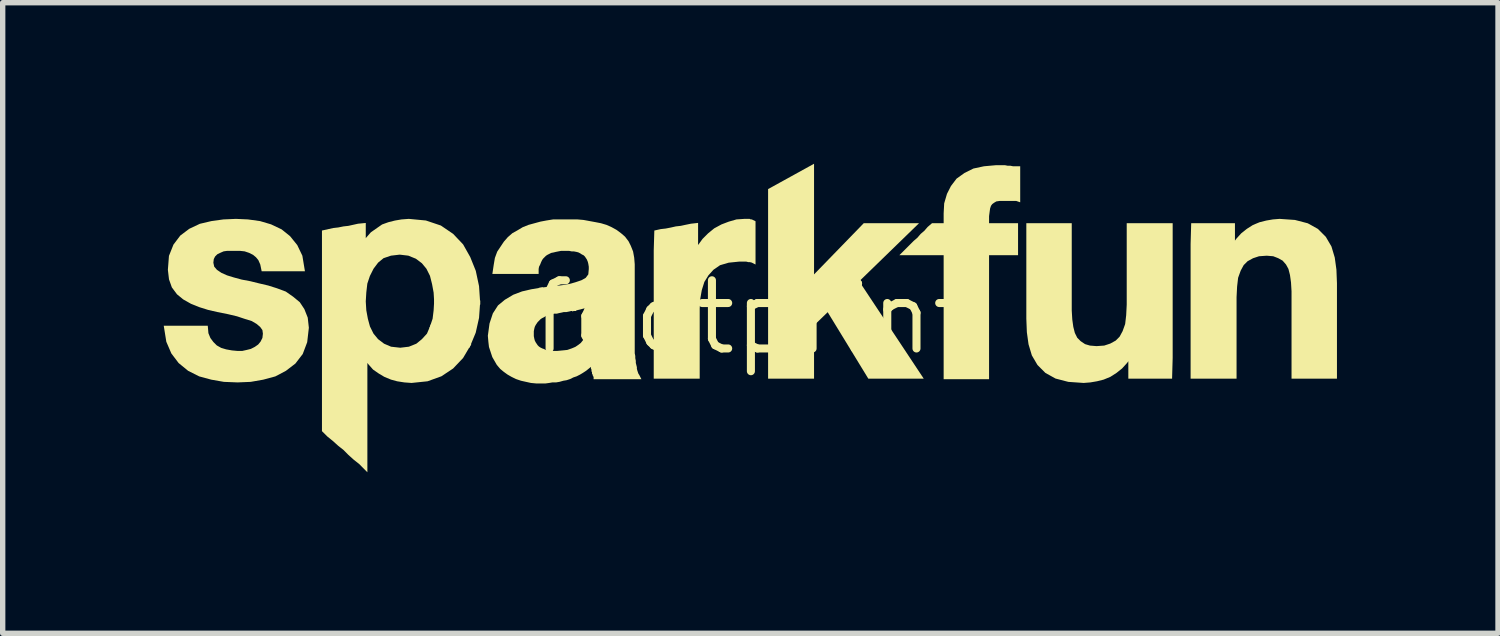
<source format=kicad_pcb>
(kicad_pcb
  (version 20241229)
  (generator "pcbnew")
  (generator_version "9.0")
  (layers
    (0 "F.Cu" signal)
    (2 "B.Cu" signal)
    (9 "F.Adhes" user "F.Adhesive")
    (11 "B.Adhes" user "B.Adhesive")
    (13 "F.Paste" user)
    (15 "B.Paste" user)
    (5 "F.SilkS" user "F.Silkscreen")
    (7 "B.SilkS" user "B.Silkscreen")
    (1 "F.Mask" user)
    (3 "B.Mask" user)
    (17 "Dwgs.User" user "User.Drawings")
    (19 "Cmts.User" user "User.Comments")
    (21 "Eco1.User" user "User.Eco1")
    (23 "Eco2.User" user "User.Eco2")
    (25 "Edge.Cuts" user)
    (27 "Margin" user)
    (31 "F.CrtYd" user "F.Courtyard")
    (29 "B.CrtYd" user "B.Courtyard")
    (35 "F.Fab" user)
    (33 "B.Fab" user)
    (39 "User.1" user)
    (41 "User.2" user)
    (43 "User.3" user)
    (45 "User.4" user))
  (footprint "footprint"
    (layer "F.Cu")
    (at 10.967 2.861)
    (property "Reference" "footprint" (at 0 0 0) (layer "F.SilkS") (effects (font (size 1.27 1.27) (thickness 0.15))))
    (fp_poly (pts (xy -5.071 -0.313) (xy -5.094 0.01) (xy -5.156 0.286) (xy -5.272 0.566) (xy -6.019 0.204) (xy -5.959 0.026) (xy -5.94 -0.129) (xy -5.928 -0.335)) (stroke (width 0) (type solid)) (fill yes) (layer "F.SilkS"))
    (fp_poly (pts (xy 1.146 -0.8) (xy 2.072 -1.754) (xy 3.102 -1.754) (xy 1.987 -0.671) (xy 3.189 1.142) (xy 2.157 1.142) (xy 1.4 -0.096) (xy 1.146 0.15) (xy 1.146 1.142) (xy 0.29 1.142) (xy 0.29 -2.389) (xy 1.146 -2.861)) (stroke (width 0) (type solid)) (fill yes) (layer "F.SilkS"))
    (fp_poly (pts (xy -3.284 -0.118) (xy -3.377 -0.118) (xy -3.414 -0.109) (xy -3.468 -0.098) (xy -3.517 -0.098) (xy -3.554 -0.089) (xy -3.604 -0.079) (xy -3.647 -0.068) (xy -3.697 -0.068) (xy -3.734 -0.059) (xy -3.818 -0.042) (xy -3.983 -0.549) (xy -3.756 -0.574) (xy -3.587 -0.594) (xy -3.403 -0.618)) (stroke (width 0) (type solid)) (fill yes) (layer "F.SilkS"))
    (fp_poly (pts (xy -0.033 -1.824) (xy -0.013 -1.824) (xy 0.056 -1.79) (xy 0.056 -0.984) (xy -0.015 -1.02) (xy -0.047 -1.028) (xy -0.077 -1.028) (xy -0.117 -1.038) (xy -0.25 -1.038) (xy -0.445 -1.018) (xy -0.605 -0.971) (xy -0.727 -0.887) (xy -0.821 -0.783) (xy -0.897 -0.66) (xy -0.945 -0.507) (xy -0.974 -0.342) (xy -0.984 -0.165) (xy -0.984 1.142) (xy -1.84 1.142) (xy -1.84 -1.247) (xy -1.829 -1.617) (xy -1.708 -1.644) (xy -1.618 -1.654) (xy -1.52 -1.673) (xy -1.428 -1.694) (xy -1.338 -1.704) (xy -1.25 -1.723) (xy -1.148 -1.744) (xy -1.014 -1.759) (xy -1.014 -1.347) (xy -0.931 -1.461) (xy -0.828 -1.564) (xy -0.713 -1.658) (xy -0.578 -1.731) (xy -0.444 -1.782) (xy -0.299 -1.824) (xy -0.153 -1.834) (xy -0.053 -1.834)) (stroke (width 0) (type solid)) (fill yes) (layer "F.SilkS"))
    (fp_poly (pts (xy 4.752 -2.824) (xy 4.802 -2.824) (xy 4.852 -2.814) (xy 4.986 -2.814) (xy 4.986 -2.143) (xy 4.912 -2.168) (xy 4.601 -2.168) (xy 4.541 -2.159) (xy 4.499 -2.134) (xy 4.465 -2.109) (xy 4.442 -2.078) (xy 4.425 -2.027) (xy 4.416 -1.961) (xy 4.406 -1.884) (xy 4.406 -1.754) (xy 4.946 -1.754) (xy 4.946 -1.158) (xy 4.406 -1.158) (xy 4.406 1.152) (xy 3.56 1.152) (xy 3.56 -1.158) (xy 2.736 -1.158) (xy 3.002 -1.424) (xy 3.071 -1.483) (xy 3.131 -1.553) (xy 3.201 -1.613) (xy 3.261 -1.683) (xy 3.344 -1.754) (xy 3.56 -1.754) (xy 3.56 -1.937) (xy 3.57 -2.123) (xy 3.622 -2.3) (xy 3.696 -2.446) (xy 3.801 -2.584) (xy 3.948 -2.689) (xy 4.115 -2.772) (xy 4.312 -2.814) (xy 4.536 -2.834) (xy 4.702 -2.834)) (stroke (width 0) (type solid)) (fill yes) (layer "F.SilkS"))
    (fp_poly (pts (xy 5.946 -0.127) (xy 5.956 0.04) (xy 5.975 0.177) (xy 6.004 0.291) (xy 6.049 0.381) (xy 6.112 0.444) (xy 6.194 0.499) (xy 6.285 0.526) (xy 6.408 0.536) (xy 6.551 0.526) (xy 6.663 0.489) (xy 6.765 0.433) (xy 6.837 0.361) (xy 6.893 0.258) (xy 6.941 0.125) (xy 6.96 -0.039) (xy 6.97 -0.237) (xy 6.97 -1.754) (xy 7.826 -1.754) (xy 7.826 0.755) (xy 7.815 1.142) (xy 7 1.142) (xy 7 0.817) (xy 6.978 0.848) (xy 6.884 0.952) (xy 6.78 1.035) (xy 6.666 1.108) (xy 6.54 1.16) (xy 6.416 1.191) (xy 6.293 1.212) (xy 6.168 1.222) (xy 5.882 1.202) (xy 5.644 1.14) (xy 5.455 1.035) (xy 5.308 0.888) (xy 5.203 0.709) (xy 5.141 0.502) (xy 5.11 0.277) (xy 5.1 0.025) (xy 5.1 -1.754) (xy 5.946 -1.754)) (stroke (width 0) (type solid)) (fill yes) (layer "F.SilkS"))
    (fp_poly (pts (xy 10.104 -1.814) (xy 10.342 -1.752) (xy 10.531 -1.647) (xy 10.678 -1.5) (xy 10.783 -1.321) (xy 10.845 -1.114) (xy 10.876 -0.889) (xy 10.886 -0.637) (xy 10.886 1.142) (xy 10.04 1.142) (xy 10.04 -0.485) (xy 10.03 -0.652) (xy 10.011 -0.789) (xy 9.982 -0.902) (xy 9.937 -0.984) (xy 9.874 -1.056) (xy 9.792 -1.102) (xy 9.699 -1.138) (xy 9.578 -1.148) (xy 9.435 -1.138) (xy 9.323 -1.101) (xy 9.221 -1.045) (xy 9.149 -0.973) (xy 9.093 -0.87) (xy 9.045 -0.737) (xy 9.026 -0.573) (xy 9.016 -0.375) (xy 9.016 1.142) (xy 8.16 1.142) (xy 8.16 -1.367) (xy 8.171 -1.754) (xy 8.986 -1.754) (xy 8.986 -1.429) (xy 9.008 -1.46) (xy 9.102 -1.564) (xy 9.206 -1.647) (xy 9.32 -1.72) (xy 9.446 -1.772) (xy 9.57 -1.803) (xy 9.693 -1.824) (xy 9.818 -1.834)) (stroke (width 0) (type solid)) (fill yes) (layer "F.SilkS"))
    (fp_poly (pts (xy -6.084 -1.804) (xy -5.805 -1.71) (xy -5.577 -1.555) (xy -5.391 -1.359) (xy -5.258 -1.123) (xy -5.155 -0.867) (xy -5.094 -0.581) (xy -5.071 -0.237) (xy -5.928 -0.259) (xy -5.94 -0.461) (xy -5.969 -0.618) (xy -6.008 -0.773) (xy -6.074 -0.905) (xy -6.159 -1.008) (xy -6.271 -1.092) (xy -6.411 -1.149) (xy -6.572 -1.168) (xy -6.734 -1.149) (xy -6.873 -1.102) (xy -6.974 -1.019) (xy -7.059 -0.906) (xy -7.127 -0.771) (xy -7.175 -0.628) (xy -7.194 -0.463) (xy -7.204 -0.296) (xy -7.194 -0.131) (xy -7.165 0.026) (xy -7.126 0.17) (xy -7.06 0.303) (xy -6.975 0.406) (xy -6.863 0.491) (xy -6.732 0.547) (xy -6.562 0.566) (xy -6.401 0.547) (xy -6.262 0.491) (xy -6.158 0.406) (xy -6.064 0.303) (xy -5.991 0.132) (xy -5.238 0.498) (xy -5.391 0.757) (xy -5.577 0.953) (xy -5.795 1.098) (xy -6.053 1.191) (xy -6.351 1.222) (xy -6.486 1.212) (xy -6.62 1.191) (xy -6.734 1.16) (xy -6.859 1.108) (xy -6.963 1.046) (xy -7.068 0.973) (xy -7.151 0.879) (xy -7.174 0.85) (xy -7.174 2.886) (xy -7.327 2.732) (xy -7.427 2.653) (xy -7.528 2.562) (xy -7.617 2.472) (xy -7.717 2.393) (xy -7.817 2.303) (xy -7.917 2.222) (xy -8.02 2.12) (xy -8.02 -1.617) (xy -7.808 -1.664) (xy -7.718 -1.674) (xy -7.618 -1.694) (xy -7.528 -1.704) (xy -7.348 -1.744) (xy -7.204 -1.758) (xy -7.204 -1.473) (xy -7.192 -1.49) (xy -7.108 -1.585) (xy -6.9 -1.73) (xy -6.783 -1.772) (xy -6.66 -1.803) (xy -6.537 -1.824) (xy -6.402 -1.834)) (stroke (width 0) (type solid)) (fill yes) (layer "F.SilkS"))
    (fp_poly (pts (xy -9.399 -1.824) (xy -9.174 -1.793) (xy -8.968 -1.732) (xy -8.772 -1.639) (xy -8.615 -1.513) (xy -8.48 -1.346) (xy -8.385 -1.148) (xy -8.337 -0.858) (xy -9.143 -0.858) (xy -9.169 -0.984) (xy -9.205 -1.066) (xy -9.249 -1.119) (xy -9.303 -1.164) (xy -9.377 -1.201) (xy -9.46 -1.229) (xy -9.544 -1.238) (xy -9.789 -1.238) (xy -9.852 -1.229) (xy -9.916 -1.201) (xy -9.969 -1.175) (xy -10.011 -1.133) (xy -10.035 -1.085) (xy -10.043 -1.018) (xy -10.027 -0.944) (xy -9.976 -0.885) (xy -9.893 -0.829) (xy -9.788 -0.782) (xy -9.661 -0.743) (xy -9.514 -0.703) (xy -9.354 -0.673) (xy -9.193 -0.633) (xy -9.022 -0.593) (xy -8.86 -0.542) (xy -8.694 -0.48) (xy -8.559 -0.386) (xy -8.433 -0.282) (xy -8.348 -0.154) (xy -8.285 0.005) (xy -8.264 0.194) (xy -8.295 0.463) (xy -8.378 0.683) (xy -8.515 0.861) (xy -8.691 0.996) (xy -8.888 1.1) (xy -9.114 1.161) (xy -9.348 1.202) (xy -9.592 1.212) (xy -9.846 1.202) (xy -10.08 1.161) (xy -10.306 1.1) (xy -10.513 0.996) (xy -10.69 0.851) (xy -10.825 0.673) (xy -10.919 0.455) (xy -10.967 0.156) (xy -10.147 0.156) (xy -10.135 0.295) (xy -10.098 0.385) (xy -10.043 0.459) (xy -9.979 0.523) (xy -9.897 0.569) (xy -9.803 0.597) (xy -9.697 0.616) (xy -9.59 0.626) (xy -9.506 0.626) (xy -9.421 0.607) (xy -9.345 0.588) (xy -9.272 0.551) (xy -9.208 0.506) (xy -9.164 0.453) (xy -9.129 0.383) (xy -9.12 0.304) (xy -9.129 0.238) (xy -9.17 0.18) (xy -9.234 0.125) (xy -9.328 0.069) (xy -9.454 0.03) (xy -9.602 -0.019) (xy -9.77 -0.059) (xy -9.97 -0.099) (xy -10.142 -0.139) (xy -10.305 -0.19) (xy -10.459 -0.252) (xy -10.604 -0.334) (xy -10.72 -0.429) (xy -10.816 -0.558) (xy -10.869 -0.707) (xy -10.89 -0.885) (xy -10.87 -1.145) (xy -10.786 -1.355) (xy -10.659 -1.523) (xy -10.492 -1.649) (xy -10.295 -1.742) (xy -10.079 -1.793) (xy -9.855 -1.824) (xy -9.622 -1.834)) (stroke (width 0) (type solid)) (fill yes) (layer "F.SilkS"))
    (fp_poly (pts (xy -3.147 -1.814) (xy -2.925 -1.773) (xy -2.823 -1.753) (xy -2.719 -1.722) (xy -2.625 -1.68) (xy -2.531 -1.628) (xy -2.448 -1.566) (xy -2.374 -1.502) (xy -2.309 -1.416) (xy -2.267 -1.332) (xy -2.225 -1.227) (xy -2.204 -1.111) (xy -2.194 -0.988) (xy -2.194 0.67) (xy -2.184 0.72) (xy -2.184 0.76) (xy -2.174 0.81) (xy -2.174 0.849) (xy -2.154 0.929) (xy -2.154 0.959) (xy -2.145 0.993) (xy -2.127 1.047) (xy -2.109 1.075) (xy -2.07 1.152) (xy -2.96 1.152) (xy -2.96 1.11) (xy -2.963 1.107) (xy -2.98 1.073) (xy -2.98 1.06) (xy -2.99 1.05) (xy -2.99 1.023) (xy -3 1.003) (xy -3 0.973) (xy -3.01 0.953) (xy -3.01 0.923) (xy -3.099 0.995) (xy -3.162 1.036) (xy -3.214 1.067) (xy -3.277 1.099) (xy -3.337 1.119) (xy -3.397 1.149) (xy -3.463 1.171) (xy -3.524 1.181) (xy -3.594 1.201) (xy -3.659 1.212) (xy -3.729 1.212) (xy -3.786 1.222) (xy -3.859 1.232) (xy -4.024 1.232) (xy -4.128 1.222) (xy -4.312 1.181) (xy -4.407 1.149) (xy -4.49 1.108) (xy -4.563 1.066) (xy -4.635 1.014) (xy -4.699 0.961) (xy -4.763 0.886) (xy -4.847 0.74) (xy -4.909 0.552) (xy -4.92 0.458) (xy -4.93 0.343) (xy -4.899 0.115) (xy -4.837 -0.073) (xy -4.741 -0.222) (xy -4.614 -0.327) (xy -4.459 -0.42) (xy -4.293 -0.483) (xy -4.12 -0.523) (xy -3.906 -0.559) (xy -3.743 -0.049) (xy -3.856 -0.021) (xy -3.883 -0.003) (xy -3.923 0.017) (xy -3.948 0.034) (xy -4.002 0.088) (xy -4.039 0.143) (xy -4.056 0.177) (xy -4.065 0.212) (xy -4.074 0.258) (xy -4.074 0.35) (xy -4.065 0.396) (xy -4.056 0.431) (xy -4.039 0.465) (xy -4.002 0.52) (xy -3.978 0.544) (xy -3.953 0.561) (xy -3.917 0.579) (xy -3.887 0.589) (xy -3.849 0.608) (xy -3.817 0.616) (xy -3.767 0.616) (xy -3.727 0.626) (xy -3.644 0.626) (xy -3.536 0.616) (xy -3.45 0.607) (xy -3.366 0.578) (xy -3.3 0.55) (xy -3.245 0.513) (xy -3.199 0.477) (xy -3.125 0.385) (xy -3.108 0.341) (xy -3.088 0.281) (xy -3.069 0.234) (xy -3.059 0.177) (xy -3.05 0.13) (xy -3.05 -0.2) (xy -3.086 -0.191) (xy -3.116 -0.171) (xy -3.36 -0.11) (xy -3.478 -0.603) (xy -3.303 -0.652) (xy -3.187 -0.691) (xy -3.108 -0.735) (xy -3.059 -0.8) (xy -3.05 -0.898) (xy -3.05 -0.943) (xy -3.059 -0.998) (xy -3.068 -1.034) (xy -3.086 -1.078) (xy -3.122 -1.132) (xy -3.145 -1.155) (xy -3.181 -1.173) (xy -3.211 -1.193) (xy -3.245 -1.21) (xy -3.28 -1.219) (xy -3.326 -1.228) (xy -3.366 -1.228) (xy -3.416 -1.238) (xy -3.568 -1.238) (xy -3.664 -1.219) (xy -3.704 -1.209) (xy -3.75 -1.2) (xy -3.823 -1.163) (xy -3.848 -1.146) (xy -3.902 -1.092) (xy -3.919 -1.067) (xy -3.937 -1.03) (xy -3.957 -0.98) (xy -3.976 -0.944) (xy -3.984 -0.902) (xy -3.984 -0.808) (xy -4.846 -0.808) (xy -4.82 -0.982) (xy -4.799 -1.106) (xy -4.756 -1.223) (xy -4.632 -1.409) (xy -4.559 -1.493) (xy -4.474 -1.567) (xy -4.381 -1.619) (xy -4.279 -1.68) (xy -4.174 -1.722) (xy -3.95 -1.783) (xy -3.839 -1.804) (xy -3.715 -1.824) (xy -3.26 -1.824)) (stroke (width 0) (type solid)) (fill yes) (layer "F.SilkS")))
  (gr_rect
    (start -3 -3)
    (end 24.853 8.746)
    (stroke (width 0.1) (type default))
    (fill no)
    (layer "Edge.Cuts")))
</source>
